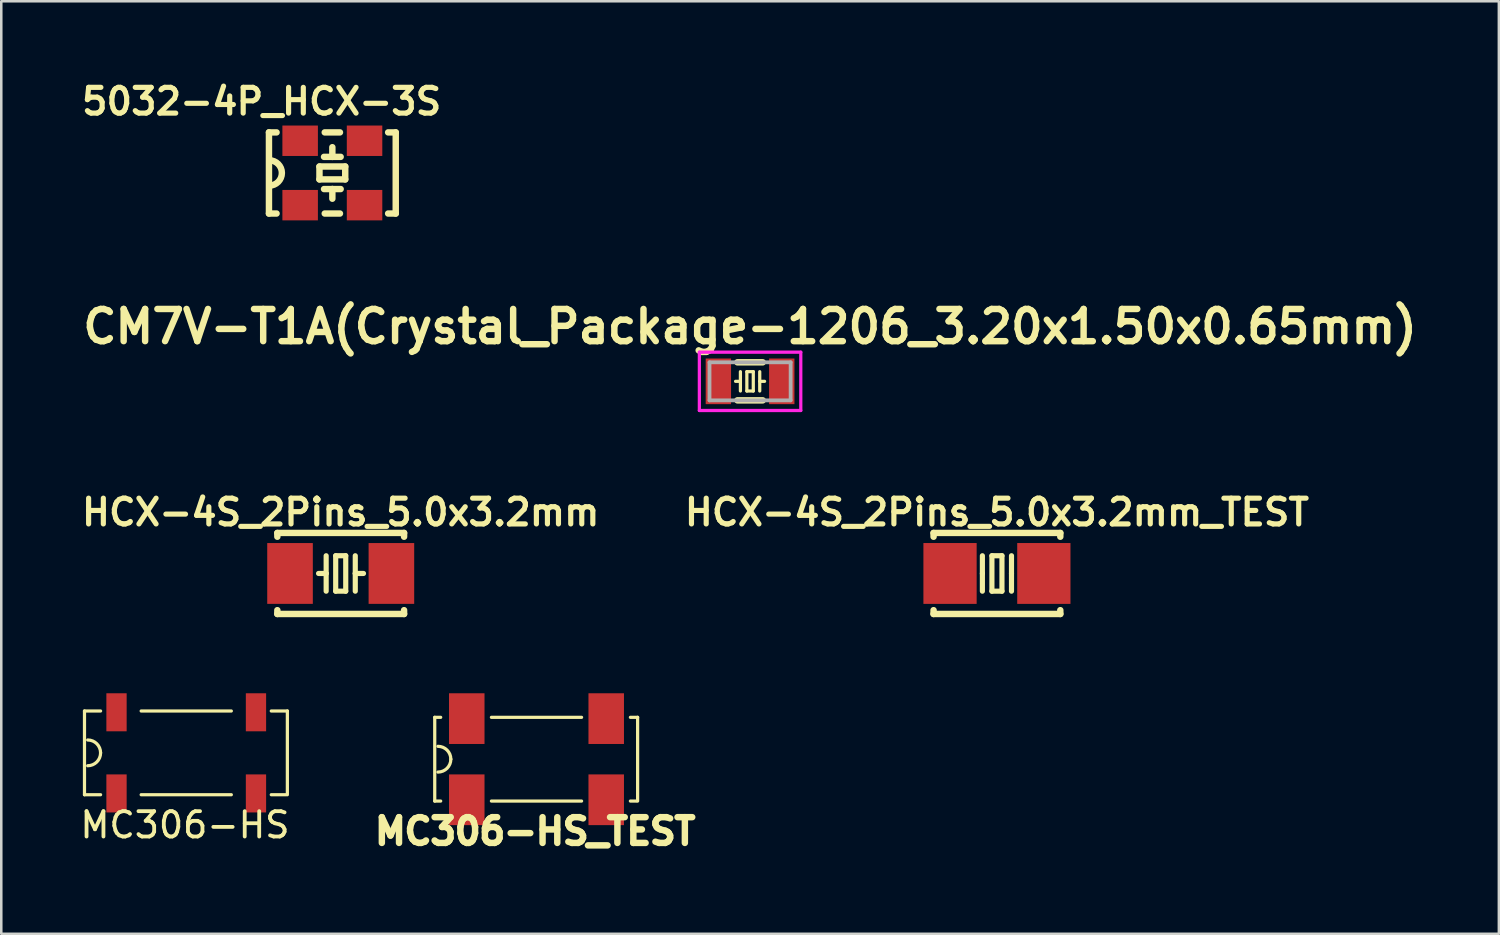
<source format=kicad_pcb>
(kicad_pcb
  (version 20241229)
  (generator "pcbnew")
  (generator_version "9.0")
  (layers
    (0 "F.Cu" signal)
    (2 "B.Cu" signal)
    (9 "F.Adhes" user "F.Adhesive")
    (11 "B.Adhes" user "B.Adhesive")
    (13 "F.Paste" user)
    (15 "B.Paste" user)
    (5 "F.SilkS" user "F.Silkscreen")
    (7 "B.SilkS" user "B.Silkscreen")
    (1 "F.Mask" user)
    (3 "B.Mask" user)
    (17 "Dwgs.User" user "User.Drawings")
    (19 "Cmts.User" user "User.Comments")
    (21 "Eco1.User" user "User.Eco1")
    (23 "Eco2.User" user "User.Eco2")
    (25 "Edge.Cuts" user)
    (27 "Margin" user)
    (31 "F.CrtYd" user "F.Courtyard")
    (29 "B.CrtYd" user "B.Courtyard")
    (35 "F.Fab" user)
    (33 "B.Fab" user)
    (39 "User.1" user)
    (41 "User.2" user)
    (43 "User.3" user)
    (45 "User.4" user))
  (footprint "5032-4P_HCX-3S"
    (layer "F.Cu")
    (at 10.057 3.771)
    (property "Reference" "5032-4P_HCX-3S" (at -2.79 -2.82 0) (layer "F.SilkS") (effects (font (size 1.016 1.016) (thickness 0.203))))
    (attr smd)
    (fp_line (start -2.5 -1.6) (end -2.2 -1.6) (stroke (width 0.254) (type solid)) (layer "F.SilkS"))
    (fp_line (start -2.5 1.6) (end -2.5 -1.6) (stroke (width 0.254) (type solid)) (layer "F.SilkS"))
    (fp_line (start -2.5 1.6) (end -2.2 1.6) (stroke (width 0.254) (type solid)) (layer "F.SilkS"))
    (fp_line (start -0.508 -0.254) (end -0.508 0.254) (stroke (width 0.254) (type solid)) (layer "F.SilkS"))
    (fp_line (start -0.508 0.254) (end 0.508 0.254) (stroke (width 0.254) (type solid)) (layer "F.SilkS"))
    (fp_line (start -0.328 -0.635) (end 0 -0.635) (stroke (width 0.254) (type solid)) (layer "F.SilkS"))
    (fp_line (start -0.328 0.635) (end 0 0.635) (stroke (width 0.254) (type solid)) (layer "F.SilkS"))
    (fp_line (start -0.3 -1.6) (end 0.3 -1.6) (stroke (width 0.254) (type solid)) (layer "F.SilkS"))
    (fp_line (start -0.3 1.6) (end 0.3 1.6) (stroke (width 0.254) (type solid)) (layer "F.SilkS"))
    (fp_line (start 0 -0.635) (end 0 -1.016) (stroke (width 0.254) (type solid)) (layer "F.SilkS"))
    (fp_line (start 0 -0.635) (end 0.328 -0.635) (stroke (width 0.254) (type solid)) (layer "F.SilkS"))
    (fp_line (start 0 0.635) (end 0 1.016) (stroke (width 0.254) (type solid)) (layer "F.SilkS"))
    (fp_line (start 0 0.635) (end 0.328 0.635) (stroke (width 0.254) (type solid)) (layer "F.SilkS"))
    (fp_line (start 0.508 -0.254) (end -0.508 -0.254) (stroke (width 0.254) (type solid)) (layer "F.SilkS"))
    (fp_line (start 0.508 0.254) (end 0.508 -0.254) (stroke (width 0.254) (type solid)) (layer "F.SilkS"))
    (fp_line (start 2.2 -1.6) (end 2.5 -1.6) (stroke (width 0.254) (type solid)) (layer "F.SilkS"))
    (fp_line (start 2.2 1.6) (end 2.5 1.6) (stroke (width 0.254) (type solid)) (layer "F.SilkS"))
    (fp_line (start 2.5 -1.6) (end 2.5 1.6) (stroke (width 0.254) (type solid)) (layer "F.SilkS"))
    (fp_arc (start -2.49 -0.5) (mid -1.99 0) (end -2.49 0.5) (stroke (width 0.254) (type solid)) (layer "F.SilkS"))
    (pad "1" smd rect (at -1.27 1.27) (size 1.4 1.2) (layers "F.Cu" "F.Mask" "F.Paste"))
    (pad "2" smd rect (at 1.27 1.27) (size 1.4 1.2) (layers "F.Cu" "F.Mask" "F.Paste"))
    (pad "3" smd rect (at 1.27 -1.27) (size 1.4 1.2) (layers "F.Cu" "F.Mask" "F.Paste"))
    (pad "4" smd rect (at -1.27 -1.27) (size 1.4 1.2) (layers "F.Cu" "F.Mask" "F.Paste")))
  (footprint "MC306-HS"
    (layer "F.Cu")
    (at 4.295 26.641)
    (property "Reference" "MC306-HS" (at -0.051 2.845 0) (layer "F.SilkS") (effects (font (size 1 1) (thickness 0.15))))
    (attr smd)
    (fp_line (start -4.013 -1.651) (end -4.013 1.651) (stroke (width 0.127) (type solid)) (layer "F.SilkS"))
    (fp_line (start -4.013 -1.651) (end -3.378 -1.651) (stroke (width 0.127) (type solid)) (layer "F.SilkS"))
    (fp_line (start -4.013 1.651) (end -3.378 1.651) (stroke (width 0.127) (type solid)) (layer "F.SilkS"))
    (fp_line (start -1.778 -1.651) (end 1.778 -1.651) (stroke (width 0.127) (type solid)) (layer "F.SilkS"))
    (fp_line (start -1.778 1.651) (end 1.778 1.651) (stroke (width 0.127) (type solid)) (layer "F.SilkS"))
    (fp_line (start 3.353 -1.651) (end 3.988 -1.651) (stroke (width 0.127) (type solid)) (layer "F.SilkS"))
    (fp_line (start 3.353 1.651) (end 3.937 1.651) (stroke (width 0.127) (type solid)) (layer "F.SilkS"))
    (fp_line (start 3.988 -1.651) (end 3.988 1.651) (stroke (width 0.127) (type solid)) (layer "F.SilkS"))
    (fp_arc (start -3.8862 -0.508) (mid -3.52699 -0.35921) (end -3.3782 0) (stroke (width 0.127) (type solid)) (layer "F.SilkS"))
    (fp_arc (start -3.3782 0) (mid -3.52699 0.35921) (end -3.8862 0.508) (stroke (width 0.127) (type solid)) (layer "F.SilkS"))
    (pad "1" smd rect (at -2.75 -1.6) (size 0.8 1.5) (layers "F.Cu" "F.Mask" "F.Paste"))
    (pad "2" smd rect (at -2.75 1.6) (size 0.8 1.5) (layers "F.Cu" "F.Mask" "F.Paste"))
    (pad "3" smd rect (at 2.75 1.6) (size 0.8 1.5) (layers "F.Cu" "F.Mask" "F.Paste"))
    (pad "4" smd rect (at 2.75 -1.6) (size 0.8 1.5) (layers "F.Cu" "F.Mask" "F.Paste")))
  (footprint "HCX-4S_2Pins_5.0x3.2mm"
    (layer "F.Cu")
    (at 10.387 19.566)
    (property "Reference" "HCX-4S_2Pins_5.0x3.2mm" (at 0 -2.413 0) (layer "F.SilkS") (effects (font (size 1.016 1.016) (thickness 0.203))))
    (attr smd)
    (fp_line (start -2.499 -1.598) (end -2.499 -1.448) (stroke (width 0.254) (type solid)) (layer "F.SilkS"))
    (fp_line (start -2.499 1.448) (end -2.499 1.598) (stroke (width 0.254) (type solid)) (layer "F.SilkS"))
    (fp_line (start -2.499 1.598) (end 2.499 1.598) (stroke (width 0.254) (type solid)) (layer "F.SilkS"))
    (fp_line (start -0.574 -0.699) (end -0.574 0) (stroke (width 0.203) (type solid)) (layer "F.SilkS"))
    (fp_line (start -0.574 0) (end -0.874 0) (stroke (width 0.203) (type solid)) (layer "F.SilkS"))
    (fp_line (start -0.574 0) (end -0.574 0.699) (stroke (width 0.203) (type solid)) (layer "F.SilkS"))
    (fp_line (start -0.198 -0.699) (end -0.198 0.699) (stroke (width 0.203) (type solid)) (layer "F.SilkS"))
    (fp_line (start -0.198 0.699) (end 0.198 0.699) (stroke (width 0.203) (type solid)) (layer "F.SilkS"))
    (fp_line (start 0.198 -0.699) (end -0.198 -0.699) (stroke (width 0.203) (type solid)) (layer "F.SilkS"))
    (fp_line (start 0.198 0.699) (end 0.198 -0.699) (stroke (width 0.203) (type solid)) (layer "F.SilkS"))
    (fp_line (start 0.574 -0.699) (end 0.574 0) (stroke (width 0.203) (type solid)) (layer "F.SilkS"))
    (fp_line (start 0.574 0) (end 0.574 0.699) (stroke (width 0.203) (type solid)) (layer "F.SilkS"))
    (fp_line (start 0.574 0) (end 0.899 0) (stroke (width 0.203) (type solid)) (layer "F.SilkS"))
    (fp_line (start 2.499 -1.598) (end -2.499 -1.598) (stroke (width 0.254) (type solid)) (layer "F.SilkS"))
    (fp_line (start 2.499 -1.448) (end 2.499 -1.598) (stroke (width 0.254) (type solid)) (layer "F.SilkS"))
    (fp_line (start 2.499 1.598) (end 2.499 1.448) (stroke (width 0.254) (type solid)) (layer "F.SilkS"))
    (pad "1" smd rect (at -1.999 0) (size 1.798 2.398) (layers "F.Cu" "F.Mask" "F.Paste"))
    (pad "2" smd rect (at 1.999 0) (size 1.798 2.398) (layers "F.Cu" "F.Mask" "F.Paste")))
  (footprint "CM7V-T1A(Crystal_Package-1206_3.20x1.50x0.65mm)"
    (layer "F.Cu")
    (at 26.531 11.989)
    (property "Reference" "CM7V-T1A(Crystal_Package-1206_3.20x1.50x0.65mm)" (at 0 -2.159 0) (layer "F.SilkS") (effects (font (size 1.27 1.27) (thickness 0.254))))
    (attr smd)
    (fp_line (start -0.572 0) (end -0.381 0) (stroke (width 0.127) (type solid)) (layer "F.SilkS"))
    (fp_line (start -0.381 0.381) (end -0.381 -0.381) (stroke (width 0.127) (type solid)) (layer "F.SilkS"))
    (fp_line (start -0.127 -0.381) (end 0.127 -0.381) (stroke (width 0.127) (type solid)) (layer "F.SilkS"))
    (fp_line (start -0.127 0.381) (end -0.127 -0.381) (stroke (width 0.127) (type solid)) (layer "F.SilkS"))
    (fp_line (start 0.127 -0.381) (end 0.127 0.381) (stroke (width 0.127) (type solid)) (layer "F.SilkS"))
    (fp_line (start 0.127 0.381) (end -0.127 0.381) (stroke (width 0.127) (type solid)) (layer "F.SilkS"))
    (fp_line (start 0.381 -0.381) (end 0.381 0.381) (stroke (width 0.127) (type solid)) (layer "F.SilkS"))
    (fp_line (start 0.381 0) (end 0.572 0) (stroke (width 0.127) (type solid)) (layer "F.SilkS"))
    (fp_line (start 0.5 -0.75) (end -0.5 -0.75) (stroke (width 0.254) (type solid)) (layer "F.SilkS"))
    (fp_line (start 0.5 0.75) (end -0.5 0.75) (stroke (width 0.254) (type solid)) (layer "F.SilkS"))
    (fp_line (start -2 -1.15) (end -2 1.15) (stroke (width 0.127) (type solid)) (layer "F.CrtYd"))
    (fp_line (start -2 -1.15) (end 2 -1.15) (stroke (width 0.127) (type solid)) (layer "F.CrtYd"))
    (fp_line (start 2 -1.15) (end 2 1.15) (stroke (width 0.127) (type solid)) (layer "F.CrtYd"))
    (fp_line (start 2 1.15) (end -2 1.15) (stroke (width 0.127) (type solid)) (layer "F.CrtYd"))
    (fp_line (start -1.6 -0.75) (end -1.6 0.75) (stroke (width 0.15) (type solid)) (layer "F.Fab"))
    (fp_line (start -1.6 0.75) (end 1.6 0.75) (stroke (width 0.15) (type solid)) (layer "F.Fab"))
    (fp_line (start 1.6 -0.75) (end -1.6 -0.75) (stroke (width 0.15) (type solid)) (layer "F.Fab"))
    (fp_line (start 1.6 0.75) (end 1.6 -0.75) (stroke (width 0.15) (type solid)) (layer "F.Fab"))
    (pad "1" smd rect (at -1.25 0) (size 1 1.8) (layers "F.Cu" "F.Mask" "F.Paste"))
    (pad "2" smd rect (at 1.25 0) (size 1 1.8) (layers "F.Cu" "F.Mask" "F.Paste")))
  (footprint "HCX-4S_2Pins_5.0x3.2mm_TEST"
    (layer "F.Cu")
    (at 36.267 19.566)
    (property "Reference" "HCX-4S_2Pins_5.0x3.2mm_TEST" (at 0 -2.413 0) (layer "F.SilkS") (effects (font (size 1.016 1.016) (thickness 0.203))))
    (attr smd)
    (fp_line (start -2.499 -1.598) (end -2.499 -1.448) (stroke (width 0.254) (type solid)) (layer "F.SilkS"))
    (fp_line (start -2.499 1.448) (end -2.499 1.598) (stroke (width 0.254) (type solid)) (layer "F.SilkS"))
    (fp_line (start -2.499 1.598) (end 2.499 1.598) (stroke (width 0.254) (type solid)) (layer "F.SilkS"))
    (fp_line (start -0.574 -0.699) (end -0.574 0) (stroke (width 0.203) (type solid)) (layer "F.SilkS"))
    (fp_line (start -0.574 0) (end -0.574 0.699) (stroke (width 0.203) (type solid)) (layer "F.SilkS"))
    (fp_line (start -0.198 -0.699) (end -0.198 0.699) (stroke (width 0.203) (type solid)) (layer "F.SilkS"))
    (fp_line (start -0.198 0.699) (end 0.198 0.699) (stroke (width 0.203) (type solid)) (layer "F.SilkS"))
    (fp_line (start 0.198 -0.699) (end -0.198 -0.699) (stroke (width 0.203) (type solid)) (layer "F.SilkS"))
    (fp_line (start 0.198 0.699) (end 0.198 -0.699) (stroke (width 0.203) (type solid)) (layer "F.SilkS"))
    (fp_line (start 0.574 -0.699) (end 0.574 0) (stroke (width 0.203) (type solid)) (layer "F.SilkS"))
    (fp_line (start 0.574 0) (end 0.574 0.699) (stroke (width 0.203) (type solid)) (layer "F.SilkS"))
    (fp_line (start 2.499 -1.598) (end -2.499 -1.598) (stroke (width 0.254) (type solid)) (layer "F.SilkS"))
    (fp_line (start 2.499 -1.448) (end 2.499 -1.598) (stroke (width 0.254) (type solid)) (layer "F.SilkS"))
    (fp_line (start 2.499 1.598) (end 2.499 1.448) (stroke (width 0.254) (type solid)) (layer "F.SilkS"))
    (pad "1" smd rect (at -1.85 0) (size 2.1 2.4) (layers "F.Cu" "F.Mask" "F.Paste"))
    (pad "2" smd rect (at 1.85 0) (size 2.1 2.4) (layers "F.Cu" "F.Mask" "F.Paste")))
  (footprint "MC306-HS_TEST"
    (layer "F.Cu")
    (at 18.108 26.891)
    (property "Reference" "MC306-HS_TEST" (at -0.051 2.845 0) (layer "F.SilkS") (effects (font (size 1.016 1.016) (thickness 0.254))))
    (attr smd)
    (fp_line (start -4.013 -1.651) (end -4.013 1.651) (stroke (width 0.127) (type solid)) (layer "F.SilkS"))
    (fp_line (start -4.013 -1.651) (end -3.778 -1.651) (stroke (width 0.127) (type solid)) (layer "F.SilkS"))
    (fp_line (start -4.013 1.651) (end -3.778 1.651) (stroke (width 0.127) (type solid)) (layer "F.SilkS"))
    (fp_line (start -1.778 -1.651) (end 1.778 -1.651) (stroke (width 0.127) (type solid)) (layer "F.SilkS"))
    (fp_line (start -1.778 1.651) (end 1.778 1.651) (stroke (width 0.127) (type solid)) (layer "F.SilkS"))
    (fp_line (start 3.703 -1.651) (end 3.988 -1.651) (stroke (width 0.127) (type solid)) (layer "F.SilkS"))
    (fp_line (start 3.703 1.651) (end 3.937 1.651) (stroke (width 0.127) (type solid)) (layer "F.SilkS"))
    (fp_line (start 3.988 -1.651) (end 3.988 1.651) (stroke (width 0.127) (type solid)) (layer "F.SilkS"))
    (fp_arc (start -3.8862 -0.508) (mid -3.52699 -0.35921) (end -3.3782 0) (stroke (width 0.127) (type solid)) (layer "F.SilkS"))
    (fp_arc (start -3.3782 0) (mid -3.52699 0.35921) (end -3.8862 0.508) (stroke (width 0.127) (type solid)) (layer "F.SilkS"))
    (pad "1" smd rect (at -2.75 -1.6) (size 1.4 2) (layers "F.Cu" "F.Mask" "F.Paste"))
    (pad "2" smd rect (at -2.75 1.6) (size 1.4 2) (layers "F.Cu" "F.Mask" "F.Paste"))
    (pad "3" smd rect (at 2.75 1.6) (size 1.4 2) (layers "F.Cu" "F.Mask" "F.Paste"))
    (pad "4" smd rect (at 2.75 -1.6) (size 1.4 2) (layers "F.Cu" "F.Mask" "F.Paste")))
  (gr_rect
    (start -3 -3)
    (end 56.062 33.776)
    (stroke (width 0.1) (type default))
    (fill no)
    (layer "Edge.Cuts")))
</source>
